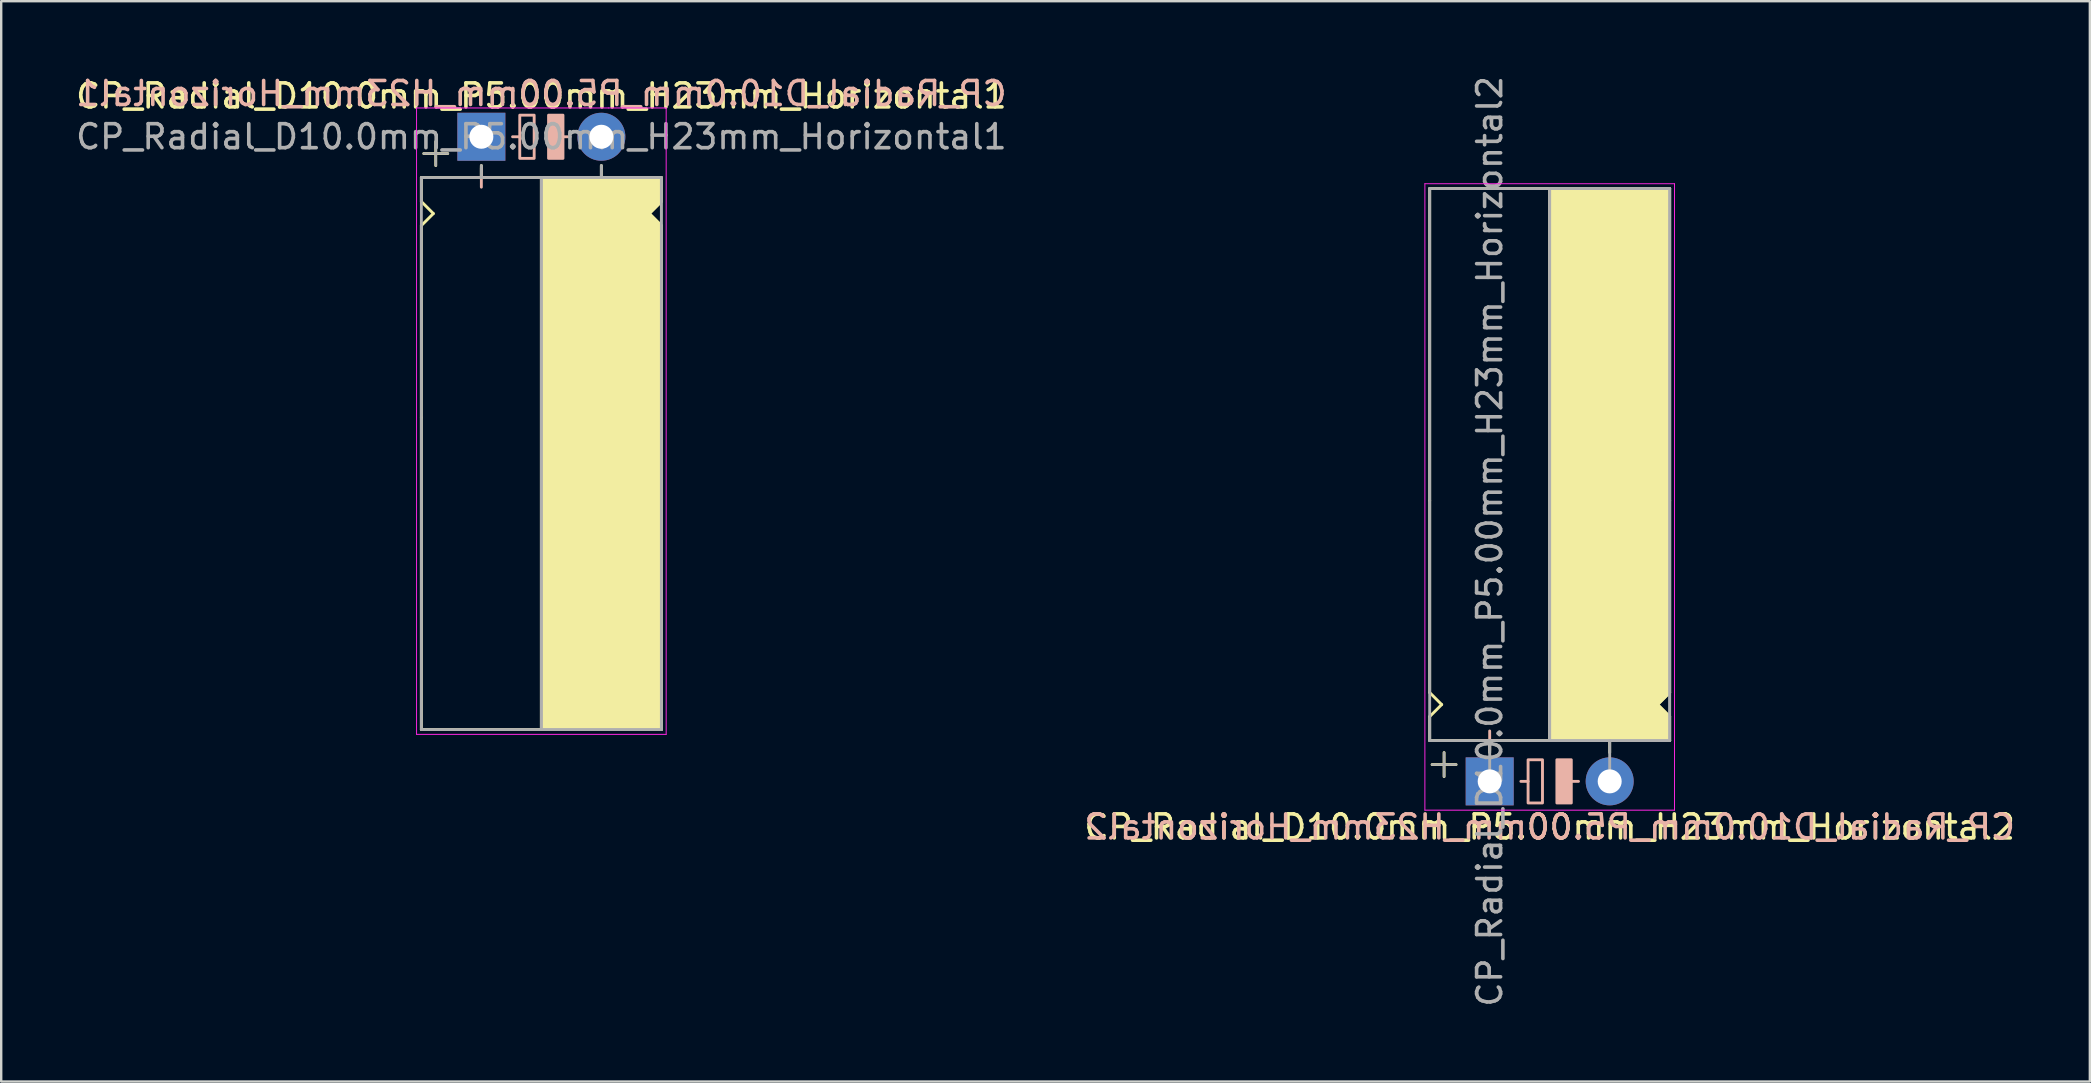
<source format=kicad_pcb>
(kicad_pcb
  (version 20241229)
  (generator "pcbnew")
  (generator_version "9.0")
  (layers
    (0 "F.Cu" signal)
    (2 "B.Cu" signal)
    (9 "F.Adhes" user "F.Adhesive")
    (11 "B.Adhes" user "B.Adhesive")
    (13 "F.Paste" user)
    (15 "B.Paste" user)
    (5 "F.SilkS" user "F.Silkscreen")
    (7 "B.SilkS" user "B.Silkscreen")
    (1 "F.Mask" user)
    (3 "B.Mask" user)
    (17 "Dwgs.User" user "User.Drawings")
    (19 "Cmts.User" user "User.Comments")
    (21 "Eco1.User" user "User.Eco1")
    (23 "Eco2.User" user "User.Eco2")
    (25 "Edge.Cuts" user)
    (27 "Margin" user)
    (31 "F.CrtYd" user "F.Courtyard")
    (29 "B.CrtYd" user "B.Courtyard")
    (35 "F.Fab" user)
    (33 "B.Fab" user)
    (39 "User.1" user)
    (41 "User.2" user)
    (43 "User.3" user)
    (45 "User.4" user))
  (footprint "CP_Radial_D10.0mm_P5.00mm_H23mm_Horizontal1"
    (layer "F.Cu")
    (at 17.006 2.648)
    (property "Reference" "CP_Radial_D10.0mm_P5.00mm_H23mm_Horizontal1" (at 2.5 -1.7 0) (layer "F.SilkS") (effects (font (size 1 1) (thickness 0.15))))
    (fp_line (start -2.5 1.7) (end -2.5 2.7) (stroke (width 0.12) (type solid)) (layer "F.SilkS"))
    (fp_line (start -2.5 2.7) (end -2 3.2) (stroke (width 0.12) (type solid)) (layer "F.SilkS"))
    (fp_line (start -2.5 3.7) (end -2.5 11.7) (stroke (width 0.12) (type solid)) (layer "F.SilkS"))
    (fp_line (start -2.5 11.7) (end -2.5 24.7) (stroke (width 0.12) (type solid)) (layer "F.SilkS"))
    (fp_line (start -2.5 24.7) (end 7.5 24.7) (stroke (width 0.12) (type solid)) (layer "F.SilkS"))
    (fp_line (start -2 3.2) (end -2.5 3.7) (stroke (width 0.12) (type solid)) (layer "F.SilkS"))
    (fp_line (start -1.9 0.2) (end -1.9 1.2) (stroke (width 0.12) (type solid)) (layer "F.SilkS"))
    (fp_line (start -1.4 0.7) (end -2.4 0.7) (stroke (width 0.12) (type solid)) (layer "F.SilkS"))
    (fp_line (start 0 1.7) (end 0 1.2) (stroke (width 0.12) (type solid)) (layer "F.SilkS"))
    (fp_line (start 2.5 1.7) (end -2.5 1.7) (stroke (width 0.12) (type solid)) (layer "F.SilkS"))
    (fp_line (start 2.5 24.7) (end 2.5 1.7) (stroke (width 0.12) (type solid)) (layer "F.SilkS"))
    (fp_line (start 5 1.7) (end 5 1.2) (stroke (width 0.12) (type solid)) (layer "F.SilkS"))
    (fp_line (start 7 3.2) (end 7.5 3.7) (stroke (width 0.12) (type solid)) (layer "F.SilkS"))
    (fp_line (start 7.5 1.7) (end 2.5 1.7) (stroke (width 0.12) (type solid)) (layer "F.SilkS"))
    (fp_line (start 7.5 1.7) (end 7.5 2.7) (stroke (width 0.12) (type solid)) (layer "F.SilkS"))
    (fp_line (start 7.5 2.7) (end 7 3.2) (stroke (width 0.12) (type solid)) (layer "F.SilkS"))
    (fp_line (start 7.5 3.7) (end 7.5 11.7) (stroke (width 0.12) (type solid)) (layer "F.SilkS"))
    (fp_line (start 7.5 11.7) (end 7.5 24.7) (stroke (width 0.12) (type solid)) (layer "F.SilkS"))
    (fp_poly (pts (xy 7.5 2.7) (xy 7 3.2) (xy 7.5 3.7) (xy 7.5 24.7) (xy 2.5 24.7) (xy 2.5 1.7) (xy 7.5 1.7)) (stroke (width 0.1) (type solid)) (fill yes) (layer "F.SilkS"))
    (fp_line (start 0 1.3) (end 0 2.1) (stroke (width 0.12) (type solid)) (layer "B.SilkS"))
    (fp_line (start 0.4 1.7) (end -0.4 1.7) (stroke (width 0.12) (type solid)) (layer "B.SilkS"))
    (fp_line (start 1.6 0) (end 1.3 0) (stroke (width 0.12) (type solid)) (layer "B.SilkS"))
    (fp_line (start 3.7 0) (end 3.4 0) (stroke (width 0.12) (type solid)) (layer "B.SilkS"))
    (fp_rect (start 2.2 -0.9) (end 1.6 0.9) (stroke (width 0.12) (type solid)) (fill no) (layer "B.SilkS"))
    (fp_rect (start 3.4 -0.9) (end 2.8 0.9) (stroke (width 0.12) (type solid)) (fill yes) (layer "B.SilkS"))
    (fp_line (start -2.7 -1.2) (end 5.3 -1.2) (stroke (width 0.04) (type solid)) (layer "F.CrtYd"))
    (fp_line (start -2.7 24.9) (end -2.7 -1.2) (stroke (width 0.04) (type solid)) (layer "F.CrtYd"))
    (fp_line (start 5.3 -1.2) (end 7.7 -1.2) (stroke (width 0.04) (type solid)) (layer "F.CrtYd"))
    (fp_line (start 7.7 -1.2) (end 7.7 24.9) (stroke (width 0.04) (type solid)) (layer "F.CrtYd"))
    (fp_line (start 7.7 24.9) (end -2.7 24.9) (stroke (width 0.04) (type solid)) (layer "F.CrtYd"))
    (fp_line (start -2.5 1.7) (end -2.5 24.7) (stroke (width 0.12) (type solid)) (layer "F.Fab"))
    (fp_line (start -2.5 24.7) (end 7.5 24.7) (stroke (width 0.12) (type solid)) (layer "F.Fab"))
    (fp_line (start -2.4 0.7) (end -1.4 0.7) (stroke (width 0.1) (type solid)) (layer "F.Fab"))
    (fp_line (start -1.9 1.2) (end -1.9 0.2) (stroke (width 0.1) (type solid)) (layer "F.Fab"))
    (fp_line (start 0 1.7) (end 0 1.2) (stroke (width 0.12) (type solid)) (layer "F.Fab"))
    (fp_line (start 2.5 1.7) (end 2.5 24.7) (stroke (width 0.12) (type solid)) (layer "F.Fab"))
    (fp_line (start 5 1.7) (end 5 1.2) (stroke (width 0.12) (type solid)) (layer "F.Fab"))
    (fp_line (start 7.5 1.7) (end -2.5 1.7) (stroke (width 0.12) (type solid)) (layer "F.Fab"))
    (fp_line (start 7.5 24.7) (end 7.5 1.7) (stroke (width 0.12) (type solid)) (layer "F.Fab"))
    (fp_poly (pts (xy 7.5 24.7) (xy 2.5 24.7) (xy 2.5 1.7) (xy 7.5 1.7)) (stroke (width 0.1) (type solid)) (fill no) (layer "F.Fab"))
    (fp_text user "${REFERENCE}" (at 2.5 -1.8 0) (layer "B.SilkS") (effects (font (size 1 1) (thickness 0.15)) (justify mirror)))
    (fp_text user "${REFERENCE}" (at 2.5 0 0) (layer "F.Fab") (effects (font (size 1 1) (thickness 0.15))))
    (pad "1" thru_hole rect (at 0 0) (size 2 2) (drill 1) (layers "*.Cu" "*.Mask"))
    (pad "2" thru_hole circle (at 5 0) (size 2 2) (drill 1) (layers "*.Cu" "*.Mask")))
  (footprint "CP_Radial_D10.0mm_P5.00mm_H23mm_Horizontal2"
    (layer "F.Cu")
    (at 59.018 29.506)
    (property "Reference" "CP_Radial_D10.0mm_P5.00mm_H23mm_Horizontal2" (at 2.5 1.9 0) (layer "F.SilkS") (effects (font (size 1 1) (thickness 0.15))))
    (fp_line (start -2.5 -24.7) (end 7.5 -24.7) (stroke (width 0.12) (type solid)) (layer "F.SilkS"))
    (fp_line (start -2.5 -11.7) (end -2.5 -24.7) (stroke (width 0.12) (type solid)) (layer "F.SilkS"))
    (fp_line (start -2.5 -3.7) (end -2.5 -11.7) (stroke (width 0.12) (type solid)) (layer "F.SilkS"))
    (fp_line (start -2.5 -2.7) (end -2 -3.2) (stroke (width 0.12) (type solid)) (layer "F.SilkS"))
    (fp_line (start -2.5 -1.7) (end -2.5 -2.7) (stroke (width 0.12) (type solid)) (layer "F.SilkS"))
    (fp_line (start -2 -3.2) (end -2.5 -3.7) (stroke (width 0.12) (type solid)) (layer "F.SilkS"))
    (fp_line (start -1.9 -1.2) (end -1.9 -0.2) (stroke (width 0.12) (type solid)) (layer "F.SilkS"))
    (fp_line (start -1.4 -0.7) (end -2.4 -0.7) (stroke (width 0.12) (type solid)) (layer "F.SilkS"))
    (fp_line (start 0 -1.7) (end 0 -1.2) (stroke (width 0.12) (type solid)) (layer "F.SilkS"))
    (fp_line (start 2.5 -24.7) (end 2.5 -1.7) (stroke (width 0.12) (type solid)) (layer "F.SilkS"))
    (fp_line (start 2.5 -1.7) (end -2.5 -1.7) (stroke (width 0.12) (type solid)) (layer "F.SilkS"))
    (fp_line (start 5 -1.7) (end 5 -1.2) (stroke (width 0.12) (type solid)) (layer "F.SilkS"))
    (fp_line (start 7 -3.2) (end 7.5 -3.7) (stroke (width 0.12) (type solid)) (layer "F.SilkS"))
    (fp_line (start 7.5 -11.7) (end 7.5 -24.7) (stroke (width 0.12) (type solid)) (layer "F.SilkS"))
    (fp_line (start 7.5 -3.7) (end 7.5 -11.7) (stroke (width 0.12) (type solid)) (layer "F.SilkS"))
    (fp_line (start 7.5 -2.7) (end 7 -3.2) (stroke (width 0.12) (type solid)) (layer "F.SilkS"))
    (fp_line (start 7.5 -1.7) (end 2.5 -1.7) (stroke (width 0.12) (type solid)) (layer "F.SilkS"))
    (fp_line (start 7.5 -1.7) (end 7.5 -2.7) (stroke (width 0.12) (type solid)) (layer "F.SilkS"))
    (fp_poly (pts (xy 7.5 -2.7) (xy 7 -3.2) (xy 7.5 -3.7) (xy 7.5 -24.7) (xy 2.5 -24.7) (xy 2.5 -1.7) (xy 7.5 -1.7)) (stroke (width 0.1) (type solid)) (fill yes) (layer "F.SilkS"))
    (fp_line (start 0 -2.1) (end 0 -1.3) (stroke (width 0.12) (type solid)) (layer "B.SilkS"))
    (fp_line (start 0.4 -1.7) (end -0.4 -1.7) (stroke (width 0.12) (type solid)) (layer "B.SilkS"))
    (fp_line (start 1.6 0) (end 1.3 0) (stroke (width 0.12) (type solid)) (layer "B.SilkS"))
    (fp_line (start 3.7 0) (end 3.4 0) (stroke (width 0.12) (type solid)) (layer "B.SilkS"))
    (fp_rect (start 2.2 -0.9) (end 1.6 0.9) (stroke (width 0.12) (type solid)) (fill no) (layer "B.SilkS"))
    (fp_rect (start 3.4 -0.9) (end 2.8 0.9) (stroke (width 0.12) (type solid)) (fill yes) (layer "B.SilkS"))
    (fp_line (start -2.7 -24.9) (end -2.7 1.2) (stroke (width 0.04) (type solid)) (layer "F.CrtYd"))
    (fp_line (start -2.7 1.2) (end 5.3 1.2) (stroke (width 0.04) (type solid)) (layer "F.CrtYd"))
    (fp_line (start 5.3 1.2) (end 7.7 1.2) (stroke (width 0.04) (type solid)) (layer "F.CrtYd"))
    (fp_line (start 7.7 -24.9) (end -2.7 -24.9) (stroke (width 0.04) (type solid)) (layer "F.CrtYd"))
    (fp_line (start 7.7 1.2) (end 7.7 -24.9) (stroke (width 0.04) (type solid)) (layer "F.CrtYd"))
    (fp_line (start -2.5 -24.7) (end 7.5 -24.7) (stroke (width 0.12) (type solid)) (layer "F.Fab"))
    (fp_line (start -2.5 -1.7) (end -2.5 -24.7) (stroke (width 0.12) (type solid)) (layer "F.Fab"))
    (fp_line (start -2.4 -0.7) (end -1.4 -0.7) (stroke (width 0.1) (type solid)) (layer "F.Fab"))
    (fp_line (start -1.9 -0.2) (end -1.9 -1.2) (stroke (width 0.1) (type solid)) (layer "F.Fab"))
    (fp_line (start 0 -1.7) (end 0 0) (stroke (width 0.12) (type solid)) (layer "F.Fab"))
    (fp_line (start 2.5 -1.7) (end 2.5 -24.7) (stroke (width 0.12) (type solid)) (layer "F.Fab"))
    (fp_line (start 5 -1.7) (end 5 0) (stroke (width 0.12) (type solid)) (layer "F.Fab"))
    (fp_line (start 7.5 -24.7) (end 7.5 -1.7) (stroke (width 0.12) (type solid)) (layer "F.Fab"))
    (fp_line (start 7.5 -1.7) (end -2.5 -1.7) (stroke (width 0.12) (type solid)) (layer "F.Fab"))
    (fp_poly (pts (xy 7.5 -24.7) (xy 2.5 -24.7) (xy 2.5 -1.7) (xy 7.5 -1.7)) (stroke (width 0.1) (type solid)) (fill no) (layer "F.Fab"))
    (fp_text user "${REFERENCE}" (at 2.5 1.9 0) (layer "B.SilkS") (effects (font (size 1 1) (thickness 0.15)) (justify mirror)))
    (fp_text user "${REFERENCE}" (at 0 -10 90) (layer "F.Fab") (effects (font (size 1 1) (thickness 0.15))))
    (pad "1" thru_hole rect (at 0 0) (size 2 2) (drill 1) (layers "*.Cu" "*.Mask"))
    (pad "2" thru_hole circle (at 5 0) (size 2 2) (drill 1) (layers "*.Cu" "*.Mask")))
  (gr_rect
    (start -3 -3)
    (end 84.024 42.012)
    (stroke (width 0.1) (type default))
    (fill no)
    (layer "Edge.Cuts")))
</source>
